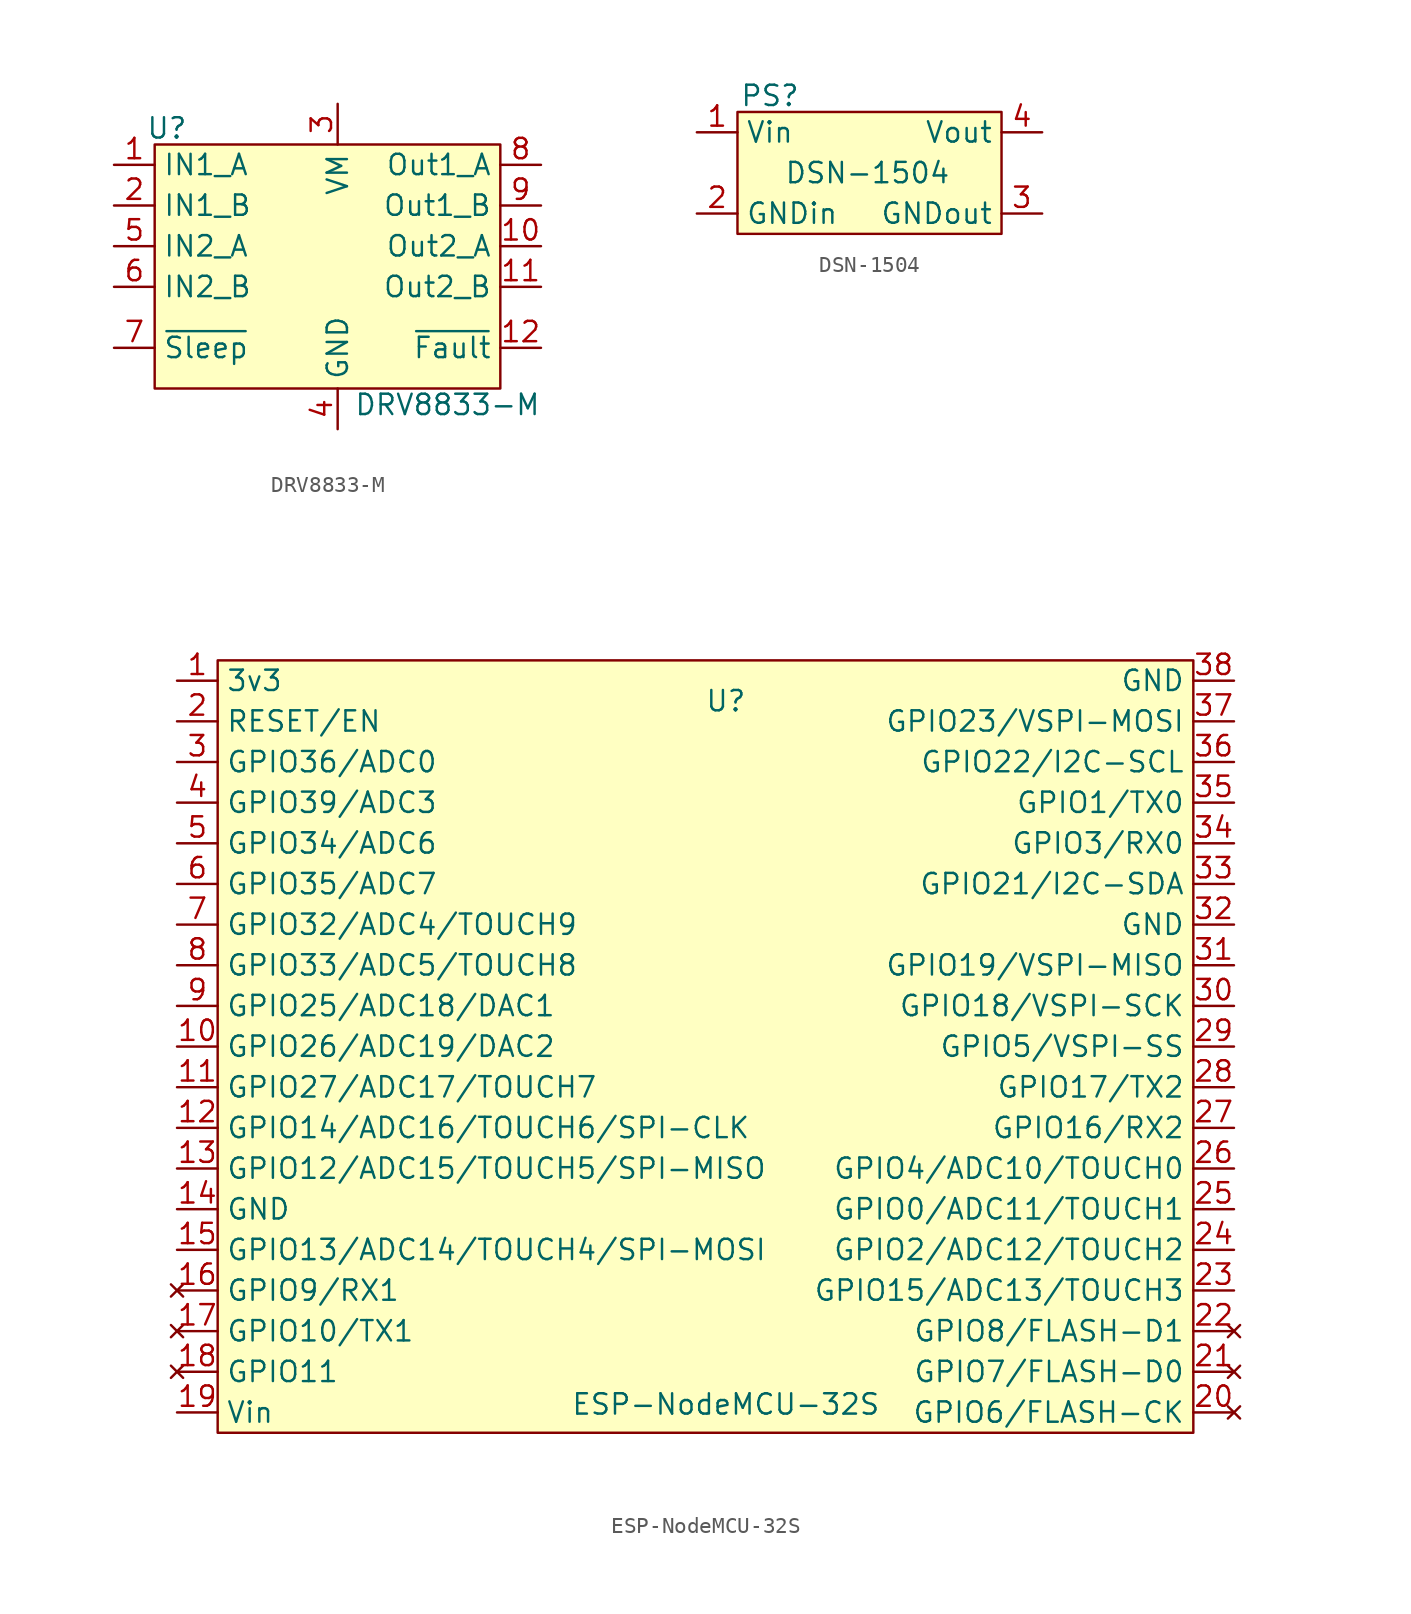
<source format=kicad_sym>
(kicad_symbol_lib
  (version 20231120)
  (generator "kicad_symbol_editor")
  (generator_version "8.0")
  (symbol "DRV8833-M"
    (property "Reference" "U"
      (at -10.668 8.636 0)
      (effects (font (size 1.27 1.27))))
    (property "Value" ""
      (at -2.286 2.54 0)
      (effects (font (size 1.27 1.27))))
    (symbol "DRV8833-M_1_1"
      (rectangle (start -11.43 7.62) (end 10.16 -7.62) (stroke (width 0) (type default)) (fill (type background)))
      (text "DRV8833-M" (at 6.858 -8.636 0) (effects (font (size 1.27 1.27) (color 0 100 100 1))))
      (pin input line (at -13.97 6.35 0) (length 2.54) (name "IN1_A" (effects (font (size 1.27 1.27)))) (number "1" (effects (font (size 1.27 1.27)))))
      (pin output line (at 12.7 1.27 180) (length 2.54) (name "Out2_A" (effects (font (size 1.27 1.27)))) (number "10" (effects (font (size 1.27 1.27)))))
      (pin output line (at 12.7 -1.27 180) (length 2.54) (name "Out2_B" (effects (font (size 1.27 1.27)))) (number "11" (effects (font (size 1.27 1.27)))))
      (pin output line (at 12.7 -5.08 180) (length 2.54) (name "~{Fault}" (effects (font (size 1.27 1.27)))) (number "12" (effects (font (size 1.27 1.27)))))
      (pin input line (at -13.97 3.81 0) (length 2.54) (name "IN1_B" (effects (font (size 1.27 1.27)))) (number "2" (effects (font (size 1.27 1.27)))))
      (pin power_in line (at 0 10.16 270) (length 2.54) (name "VM" (effects (font (size 1.27 1.27)))) (number "3" (effects (font (size 1.27 1.27)))))
      (pin power_in line (at 0 -10.16 90) (length 2.54) (name "GND" (effects (font (size 1.27 1.27)))) (number "4" (effects (font (size 1.27 1.27)))))
      (pin input line (at -13.97 1.27 0) (length 2.54) (name "IN2_A" (effects (font (size 1.27 1.27)))) (number "5" (effects (font (size 1.27 1.27)))))
      (pin input line (at -13.97 -1.27 0) (length 2.54) (name "IN2_B" (effects (font (size 1.27 1.27)))) (number "6" (effects (font (size 1.27 1.27)))))
      (pin input line (at -13.97 -5.08 0) (length 2.54) (name "~{Sleep}" (effects (font (size 1.27 1.27)))) (number "7" (effects (font (size 1.27 1.27)))))
      (pin output line (at 12.7 6.35 180) (length 2.54) (name "Out1_A" (effects (font (size 1.27 1.27)))) (number "8" (effects (font (size 1.27 1.27)))))
      (pin output line (at 12.7 3.81 180) (length 2.54) (name "Out1_B" (effects (font (size 1.27 1.27)))) (number "9" (effects (font (size 1.27 1.27)))))))
  (symbol "DSN-1504"
    (property "Reference" "PS"
      (at -5.588 4.826 0)
      (effects (font (size 1.27 1.27))))
    (property "Value" ""
      (at 0 0 0)
      (effects (font (size 1.27 1.27))))
    (symbol "DSN-1504_1_1"
      (rectangle (start -7.62 3.81) (end 8.89 -3.81) (stroke (width 0) (type default)) (fill (type background)))
      (text "DSN-1504" (at 0.508 0 0) (effects (font (size 1.27 1.27) (color 0 100 100 1))))
      (pin power_in line (at -10.16 2.54 0) (length 2.54) (name "Vin" (effects (font (size 1.27 1.27)))) (number "1" (effects (font (size 1.27 1.27)))))
      (pin power_in line (at -10.16 -2.54 0) (length 2.54) (name "GNDin" (effects (font (size 1.27 1.27)))) (number "2" (effects (font (size 1.27 1.27)))))
      (pin power_out line (at 11.43 -2.54 180) (length 2.54) (name "GNDout" (effects (font (size 1.27 1.27)))) (number "3" (effects (font (size 1.27 1.27)))))
      (pin power_out line (at 11.43 2.54 180) (length 2.54) (name "Vout" (effects (font (size 1.27 1.27)))) (number "4" (effects (font (size 1.27 1.27)))))))
  (symbol "ESP-NodeMCU-32S"
    (property "Reference" "U"
      (at 0 21.59 0)
      (effects (font (size 1.27 1.27))))
    (property "Value" ""
      (at 0.762 23.368 0)
      (effects (font (size 1.27 1.27))))
    (symbol "ESP-NodeMCU-32S_1_1"
      (rectangle (start -31.75 24.13) (end 29.21 -24.13) (stroke (width 0) (type default)) (fill (type background)))
      (text "ESP-NodeMCU-32S" (at 0 -22.352 0) (effects (font (size 1.27 1.27) (color 0 100 100 1))))
      (pin power_in line (at -34.29 22.86 0) (length 2.54) (name "3v3" (effects (font (size 1.27 1.27)))) (number "1" (effects (font (size 1.27 1.27)))))
      (pin bidirectional line (at -34.29 0 0) (length 2.54) (name "GPIO26/ADC19/DAC2" (effects (font (size 1.27 1.27)))) (number "10" (effects (font (size 1.27 1.27)))))
      (pin bidirectional line (at -34.29 -2.54 0) (length 2.54) (name "GPIO27/ADC17/TOUCH7" (effects (font (size 1.27 1.27)))) (number "11" (effects (font (size 1.27 1.27)))))
      (pin bidirectional line (at -34.29 -5.08 0) (length 2.54) (name "GPIO14/ADC16/TOUCH6/SPI-CLK" (effects (font (size 1.27 1.27)))) (number "12" (effects (font (size 1.27 1.27)))))
      (pin bidirectional line (at -34.29 -7.62 0) (length 2.54) (name "GPIO12/ADC15/TOUCH5/SPI-MISO" (effects (font (size 1.27 1.27)))) (number "13" (effects (font (size 1.27 1.27)))))
      (pin power_in line (at -34.29 -10.16 0) (length 2.54) (name "GND" (effects (font (size 1.27 1.27)))) (number "14" (effects (font (size 1.27 1.27)))))
      (pin bidirectional line (at -34.29 -12.7 0) (length 2.54) (name "GPIO13/ADC14/TOUCH4/SPI-MOSI" (effects (font (size 1.27 1.27)))) (number "15" (effects (font (size 1.27 1.27)))))
      (pin no_connect line (at -34.29 -15.24 0) (length 2.54) (name "GPIO9/RX1" (effects (font (size 1.27 1.27)))) (number "16" (effects (font (size 1.27 1.27)))))
      (pin no_connect line (at -34.29 -17.78 0) (length 2.54) (name "GPIO10/TX1" (effects (font (size 1.27 1.27)))) (number "17" (effects (font (size 1.27 1.27)))))
      (pin no_connect line (at -34.29 -20.32 0) (length 2.54) (name "GPIO11" (effects (font (size 1.27 1.27)))) (number "18" (effects (font (size 1.27 1.27)))))
      (pin power_in line (at -34.29 -22.86 0) (length 2.54) (name "Vin" (effects (font (size 1.27 1.27)))) (number "19" (effects (font (size 1.27 1.27)))))
      (pin input line (at -34.29 20.32 0) (length 2.54) (name "RESET/EN" (effects (font (size 1.27 1.27)))) (number "2" (effects (font (size 1.27 1.27)))))
      (pin no_connect line (at 31.75 -22.86 180) (length 2.54) (name "GPIO6/FLASH-CK" (effects (font (size 1.27 1.27)))) (number "20" (effects (font (size 1.27 1.27)))))
      (pin no_connect line (at 31.75 -20.32 180) (length 2.54) (name "GPIO7/FLASH-D0" (effects (font (size 1.27 1.27)))) (number "21" (effects (font (size 1.27 1.27)))))
      (pin no_connect line (at 31.75 -17.78 180) (length 2.54) (name "GPIO8/FLASH-D1" (effects (font (size 1.27 1.27)))) (number "22" (effects (font (size 1.27 1.27)))))
      (pin bidirectional line (at 31.75 -15.24 180) (length 2.54) (name "GPIO15/ADC13/TOUCH3" (effects (font (size 1.27 1.27)))) (number "23" (effects (font (size 1.27 1.27)))))
      (pin bidirectional line (at 31.75 -12.7 180) (length 2.54) (name "GPIO2/ADC12/TOUCH2" (effects (font (size 1.27 1.27)))) (number "24" (effects (font (size 1.27 1.27)))))
      (pin bidirectional line (at 31.75 -10.16 180) (length 2.54) (name "GPIO0/ADC11/TOUCH1" (effects (font (size 1.27 1.27)))) (number "25" (effects (font (size 1.27 1.27)))))
      (pin bidirectional line (at 31.75 -7.62 180) (length 2.54) (name "GPIO4/ADC10/TOUCH0" (effects (font (size 1.27 1.27)))) (number "26" (effects (font (size 1.27 1.27)))))
      (pin bidirectional line (at 31.75 -5.08 180) (length 2.54) (name "GPIO16/RX2" (effects (font (size 1.27 1.27)))) (number "27" (effects (font (size 1.27 1.27)))))
      (pin bidirectional line (at 31.75 -2.54 180) (length 2.54) (name "GPIO17/TX2" (effects (font (size 1.27 1.27)))) (number "28" (effects (font (size 1.27 1.27)))))
      (pin bidirectional line (at 31.75 0 180) (length 2.54) (name "GPIO5/VSPI-SS" (effects (font (size 1.27 1.27)))) (number "29" (effects (font (size 1.27 1.27)))))
      (pin bidirectional line (at -34.29 17.78 0) (length 2.54) (name "GPIO36/ADC0" (effects (font (size 1.27 1.27)))) (number "3" (effects (font (size 1.27 1.27)))))
      (pin bidirectional line (at 31.75 2.54 180) (length 2.54) (name "GPIO18/VSPI-SCK" (effects (font (size 1.27 1.27)))) (number "30" (effects (font (size 1.27 1.27)))))
      (pin bidirectional line (at 31.75 5.08 180) (length 2.54) (name "GPIO19/VSPI-MISO" (effects (font (size 1.27 1.27)))) (number "31" (effects (font (size 1.27 1.27)))))
      (pin power_in line (at 31.75 7.62 180) (length 2.54) (name "GND" (effects (font (size 1.27 1.27)))) (number "32" (effects (font (size 1.27 1.27)))))
      (pin bidirectional line (at 31.75 10.16 180) (length 2.54) (name "GPIO21/I2C-SDA" (effects (font (size 1.27 1.27)))) (number "33" (effects (font (size 1.27 1.27)))))
      (pin bidirectional line (at 31.75 12.7 180) (length 2.54) (name "GPIO3/RX0" (effects (font (size 1.27 1.27)))) (number "34" (effects (font (size 1.27 1.27)))))
      (pin bidirectional line (at 31.75 15.24 180) (length 2.54) (name "GPIO1/TX0" (effects (font (size 1.27 1.27)))) (number "35" (effects (font (size 1.27 1.27)))))
      (pin bidirectional line (at 31.75 17.78 180) (length 2.54) (name "GPIO22/I2C-SCL" (effects (font (size 1.27 1.27)))) (number "36" (effects (font (size 1.27 1.27)))))
      (pin bidirectional line (at 31.75 20.32 180) (length 2.54) (name "GPIO23/VSPI-MOSI" (effects (font (size 1.27 1.27)))) (number "37" (effects (font (size 1.27 1.27)))))
      (pin power_in line (at 31.75 22.86 180) (length 2.54) (name "GND" (effects (font (size 1.27 1.27)))) (number "38" (effects (font (size 1.27 1.27)))))
      (pin bidirectional line (at -34.29 15.24 0) (length 2.54) (name "GPIO39/ADC3" (effects (font (size 1.27 1.27)))) (number "4" (effects (font (size 1.27 1.27)))))
      (pin bidirectional line (at -34.29 12.7 0) (length 2.54) (name "GPIO34/ADC6" (effects (font (size 1.27 1.27)))) (number "5" (effects (font (size 1.27 1.27)))))
      (pin bidirectional line (at -34.29 10.16 0) (length 2.54) (name "GPIO35/ADC7" (effects (font (size 1.27 1.27)))) (number "6" (effects (font (size 1.27 1.27)))))
      (pin bidirectional line (at -34.29 7.62 0) (length 2.54) (name "GPIO32/ADC4/TOUCH9" (effects (font (size 1.27 1.27)))) (number "7" (effects (font (size 1.27 1.27)))))
      (pin bidirectional line (at -34.29 5.08 0) (length 2.54) (name "GPIO33/ADC5/TOUCH8" (effects (font (size 1.27 1.27)))) (number "8" (effects (font (size 1.27 1.27)))))
      (pin bidirectional line (at -34.29 2.54 0) (length 2.54) (name "GPIO25/ADC18/DAC1" (effects (font (size 1.27 1.27)))) (number "9" (effects (font (size 1.27 1.27))))))))
</source>
